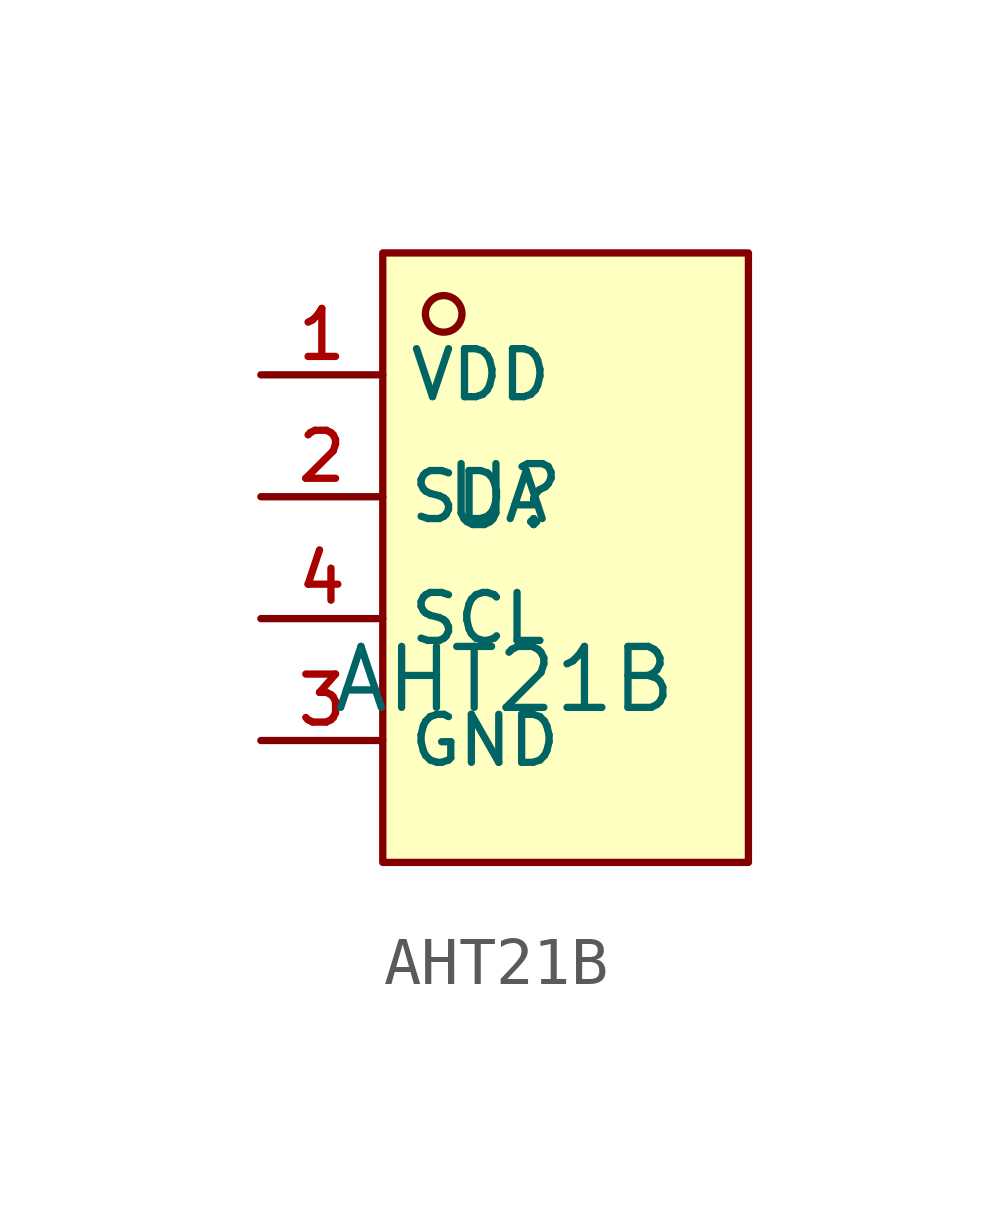
<source format=kicad_sym>
(kicad_symbol_lib
  (version 20210201)
  (generator TousstNicolas/JLC2KiCad_lib)
  (symbol "AHT21B"
    (property "Reference" "U"
      (at 0 1.27 0)
      (effects (font (size 1.27 1.27))))
    (property "Value" "AHT21B"
      (at 0 -2.54 0)
      (effects (font (size 1.27 1.27))))
    (symbol "AHT21B_0_1"
      (pin unspecified line (at -5.08 -1.27 0) (length 2.54) (name "SCL" (effects (font (size 1 1)))) (number "4" (effects (font (size 1 1)))))
      (pin unspecified line (at -5.08 -3.81 0) (length 2.54) (name "GND" (effects (font (size 1 1)))) (number "3" (effects (font (size 1 1)))))
      (pin unspecified line (at -5.08 1.27 0) (length 2.54) (name "SDA" (effects (font (size 1 1)))) (number "2" (effects (font (size 1 1)))))
      (pin unspecified line (at -5.08 3.81 0) (length 2.54) (name "VDD" (effects (font (size 1 1)))) (number "1" (effects (font (size 1 1)))))
      (circle (center -1.27 5.08) (radius 0.381) (stroke (width 0) (type default) (color 0 0 0 0)) (fill (type background)))
      (rectangle (start -2.54 6.35) (end 5.08 -6.35) (stroke (width 0) (type default) (color 0 0 0 0)) (fill (type background))))))
</source>
